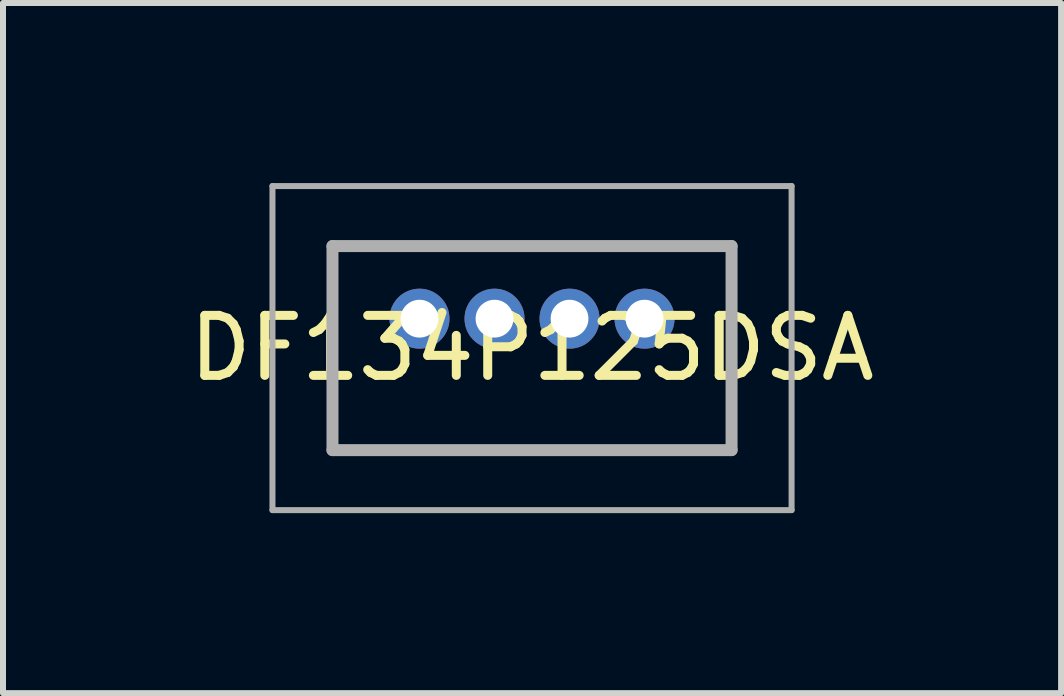
<source format=kicad_pcb>
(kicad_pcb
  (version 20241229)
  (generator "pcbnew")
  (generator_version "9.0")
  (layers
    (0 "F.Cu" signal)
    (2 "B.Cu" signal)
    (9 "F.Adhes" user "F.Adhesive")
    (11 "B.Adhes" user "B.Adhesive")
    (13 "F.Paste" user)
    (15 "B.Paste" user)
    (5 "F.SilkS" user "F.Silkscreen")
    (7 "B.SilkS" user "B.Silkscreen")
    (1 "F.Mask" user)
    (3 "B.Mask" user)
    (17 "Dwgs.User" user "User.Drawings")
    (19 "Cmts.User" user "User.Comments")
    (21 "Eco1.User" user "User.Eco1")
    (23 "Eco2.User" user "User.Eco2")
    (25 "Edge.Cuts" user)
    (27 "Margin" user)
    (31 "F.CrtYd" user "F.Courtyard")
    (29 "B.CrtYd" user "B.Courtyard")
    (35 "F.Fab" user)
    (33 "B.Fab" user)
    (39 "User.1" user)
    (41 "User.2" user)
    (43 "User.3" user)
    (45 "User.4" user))
  (footprint "DF134P125DSA"
    (layer "F.Cu")
    (at 7.69 2.26)
    (property "Reference" "DF134P125DSA" (at -1.875 0.49 0) (layer "F.SilkS") (effects (font (size 1 1) (thickness 0.15))))
    (attr through_hole)
    (fp_line (start -5.2 -1.21) (end -5.2 2.19) (stroke (width 0.1) (type solid)) (layer "F.SilkS"))
    (fp_line (start -5.2 2.19) (end 1.45 2.19) (stroke (width 0.1) (type solid)) (layer "F.SilkS"))
    (fp_line (start 1.45 -1.21) (end -5.2 -1.21) (stroke (width 0.1) (type solid)) (layer "F.SilkS"))
    (fp_line (start 1.45 2.19) (end 1.45 -1.21) (stroke (width 0.1) (type solid)) (layer "F.SilkS"))
    (fp_line (start -6.2 -2.21) (end 2.45 -2.21) (stroke (width 0.1) (type solid)) (layer "F.Fab"))
    (fp_line (start -6.2 3.19) (end -6.2 -2.21) (stroke (width 0.1) (type solid)) (layer "F.Fab"))
    (fp_line (start -5.2 -1.21) (end -5.2 2.19) (stroke (width 0.2) (type solid)) (layer "F.Fab"))
    (fp_line (start -5.2 2.19) (end 1.45 2.19) (stroke (width 0.2) (type solid)) (layer "F.Fab"))
    (fp_line (start 1.45 -1.21) (end -5.2 -1.21) (stroke (width 0.2) (type solid)) (layer "F.Fab"))
    (fp_line (start 1.45 2.19) (end 1.45 -1.21) (stroke (width 0.2) (type solid)) (layer "F.Fab"))
    (fp_line (start 2.45 -2.21) (end 2.45 3.19) (stroke (width 0.1) (type solid)) (layer "F.Fab"))
    (fp_line (start 2.45 3.19) (end -6.2 3.19) (stroke (width 0.1) (type solid)) (layer "F.Fab"))
    (pad "1" thru_hole circle (at 0 0) (size 1 1) (drill 0.63) (layers "*.Cu" "*.Mask"))
    (pad "2" thru_hole circle (at -1.25 0) (size 1 1) (drill 0.63) (layers "*.Cu" "*.Mask"))
    (pad "3" thru_hole circle (at -2.5 0) (size 1 1) (drill 0.63) (layers "*.Cu" "*.Mask"))
    (pad "4" thru_hole circle (at -3.75 0) (size 1 1) (drill 0.63) (layers "*.Cu" "*.Mask")))
  (gr_rect
    (start -3 -3)
    (end 14.631 8.5)
    (stroke (width 0.1) (type default))
    (fill no)
    (layer "Edge.Cuts")))
</source>
